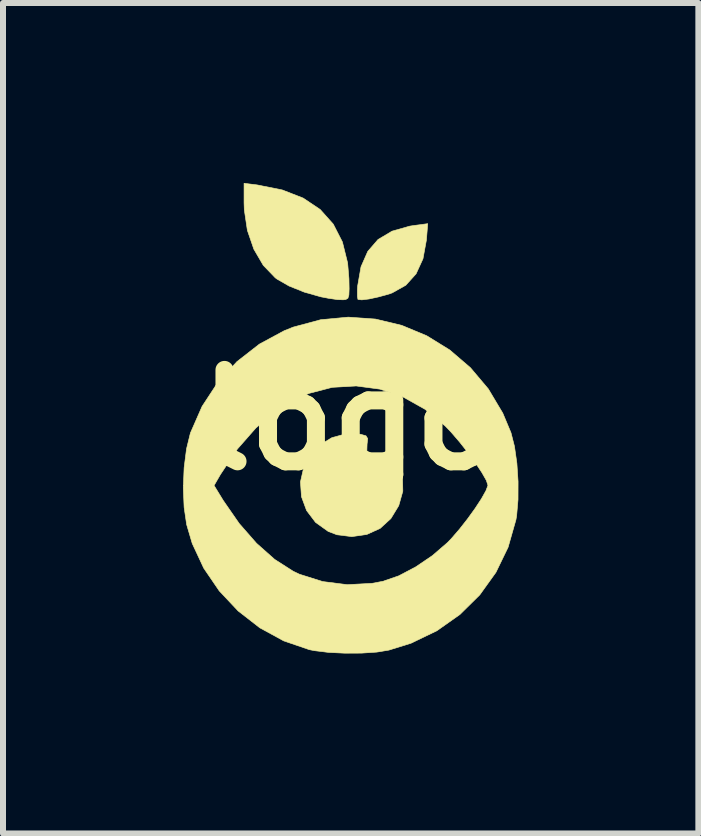
<source format=kicad_pcb>
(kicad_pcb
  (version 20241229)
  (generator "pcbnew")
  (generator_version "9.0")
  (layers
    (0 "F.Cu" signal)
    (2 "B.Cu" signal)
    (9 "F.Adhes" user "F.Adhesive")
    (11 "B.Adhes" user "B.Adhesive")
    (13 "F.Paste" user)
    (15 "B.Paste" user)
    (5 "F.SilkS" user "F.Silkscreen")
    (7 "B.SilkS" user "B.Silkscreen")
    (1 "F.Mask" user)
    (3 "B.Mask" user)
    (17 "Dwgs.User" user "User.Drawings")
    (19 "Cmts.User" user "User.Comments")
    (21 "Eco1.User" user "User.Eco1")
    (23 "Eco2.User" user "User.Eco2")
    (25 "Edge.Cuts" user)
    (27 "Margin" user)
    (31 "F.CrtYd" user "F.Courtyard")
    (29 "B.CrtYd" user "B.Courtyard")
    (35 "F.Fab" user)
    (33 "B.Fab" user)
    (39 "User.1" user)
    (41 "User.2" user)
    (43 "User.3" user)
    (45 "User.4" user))
  (footprint "logo"
    (layer "F.Cu")
    (at 2.796 3.95)
    (property "Reference" "logo" (at 0 0 0) (layer "F.SilkS") (effects (font (size 1.524 1.524) (thickness 0.3))))
    (attr through_hole)
    (fp_poly (pts (xy 1.261 -2.998) (xy 1.204 -2.687) (xy 1.089 -2.436) (xy 0.918 -2.246) (xy 0.692 -2.119) (xy 0.646 -2.102) (xy 0.466 -2.052) (xy 0.306 -2.017) (xy 0.184 -2.002) (xy 0.122 -2.009) (xy 0.12 -2.01) (xy 0.111 -2.062) (xy 0.111 -2.168) (xy 0.115 -2.233) (xy 0.171 -2.553) (xy 0.284 -2.81) (xy 0.455 -3.008) (xy 0.688 -3.147) (xy 0.984 -3.231) (xy 1.058 -3.242) (xy 1.283 -3.272) (xy 1.261 -2.998)) (stroke (width 0.01) (type solid)) (fill yes) (layer "F.SilkS"))
    (fp_poly (pts (xy -1.556 -3.917) (xy -1.141 -3.834) (xy -0.792 -3.698) (xy -0.509 -3.508) (xy -0.291 -3.264) (xy -0.139 -2.967) (xy -0.052 -2.617) (xy -0.03 -2.354) (xy -0.027 -2.185) (xy -0.031 -2.082) (xy -0.047 -2.03) (xy -0.081 -2.009) (xy -0.127 -2.003) (xy -0.225 -2.007) (xy -0.369 -2.028) (xy -0.495 -2.052) (xy -0.774 -2.131) (xy -1.028 -2.233) (xy -1.228 -2.348) (xy -1.258 -2.37) (xy -1.458 -2.578) (xy -1.615 -2.847) (xy -1.723 -3.161) (xy -1.774 -3.504) (xy -1.778 -3.622) (xy -1.778 -3.945) (xy -1.556 -3.917)) (stroke (width 0.01) (type solid)) (fill yes) (layer "F.SilkS"))
    (fp_poly (pts (xy 0.163 0.238) (xy 0.254 0.264) (xy 0.283 0.311) (xy 0.272 0.403) (xy 0.268 0.528) (xy 0.294 0.63) (xy 0.392 0.737) (xy 0.535 0.81) (xy 0.685 0.831) (xy 0.718 0.826) (xy 0.8 0.817) (xy 0.84 0.852) (xy 0.863 0.943) (xy 0.868 1.187) (xy 0.8 1.428) (xy 0.669 1.643) (xy 0.49 1.807) (xy 0.268 1.908) (xy 0.018 1.944) (xy -0.23 1.913) (xy -0.375 1.858) (xy -0.586 1.707) (xy -0.736 1.509) (xy -0.821 1.279) (xy -0.838 1.032) (xy -0.781 0.781) (xy -0.691 0.604) (xy -0.527 0.423) (xy -0.314 0.295) (xy -0.076 0.23) (xy 0.163 0.238)) (stroke (width 0.01) (type solid)) (fill yes) (layer "F.SilkS"))
    (fp_poly (pts (xy 0.412 -1.682) (xy 0.85 -1.577) (xy 1.266 -1.404) (xy 1.65 -1.167) (xy 1.995 -0.871) (xy 2.293 -0.518) (xy 2.534 -0.114) (xy 2.671 0.213) (xy 2.729 0.44) (xy 2.769 0.721) (xy 2.789 1.027) (xy 2.788 1.328) (xy 2.765 1.596) (xy 2.753 1.665) (xy 2.623 2.121) (xy 2.42 2.54) (xy 2.15 2.916) (xy 1.82 3.242) (xy 1.436 3.513) (xy 1.005 3.721) (xy 0.635 3.836) (xy 0.434 3.869) (xy 0.18 3.886) (xy -0.098 3.887) (xy -0.37 3.874) (xy -0.605 3.845) (xy -0.691 3.828) (xy -1.117 3.682) (xy -1.516 3.464) (xy -1.877 3.183) (xy -2.192 2.848) (xy -2.45 2.47) (xy -2.642 2.058) (xy -2.735 1.743) (xy -2.777 1.457) (xy -2.791 1.131) (xy -2.789 1.092) (xy -2.278 1.092) (xy -2.123 1.345) (xy -1.859 1.726) (xy -1.571 2.055) (xy -1.268 2.324) (xy -0.96 2.521) (xy -0.855 2.571) (xy -0.469 2.693) (xy -0.058 2.745) (xy 0.354 2.723) (xy 0.536 2.689) (xy 0.8 2.598) (xy 1.083 2.449) (xy 1.362 2.26) (xy 1.611 2.045) (xy 1.676 1.978) (xy 1.81 1.823) (xy 1.946 1.65) (xy 2.073 1.474) (xy 2.179 1.312) (xy 2.253 1.18) (xy 2.286 1.093) (xy 2.286 1.086) (xy 2.26 1.007) (xy 2.188 0.88) (xy 2.082 0.72) (xy 1.954 0.544) (xy 1.814 0.367) (xy 1.673 0.203) (xy 1.577 0.103) (xy 1.239 -0.178) (xy 0.873 -0.383) (xy 0.487 -0.514) (xy 0.09 -0.567) (xy -0.309 -0.544) (xy -0.701 -0.442) (xy -1.078 -0.261) (xy -1.237 -0.157) (xy -1.581 0.133) (xy -1.89 0.485) (xy -2.173 0.91) (xy -2.189 0.938) (xy -2.278 1.092) (xy -2.789 1.092) (xy -2.777 0.795) (xy -2.737 0.481) (xy -2.672 0.216) (xy -2.67 0.212) (xy -2.478 -0.226) (xy -2.217 -0.624) (xy -1.896 -0.973) (xy -1.523 -1.264) (xy -1.108 -1.488) (xy -0.958 -1.548) (xy -0.501 -1.671) (xy -0.041 -1.714) (xy 0.412 -1.682)) (stroke (width 0.01) (type solid)) (fill yes) (layer "F.SilkS")))
  (gr_rect
    (start -3 -3)
    (end 8.59 10.842)
    (stroke (width 0.1) (type default))
    (fill no)
    (layer "Edge.Cuts")))
</source>
